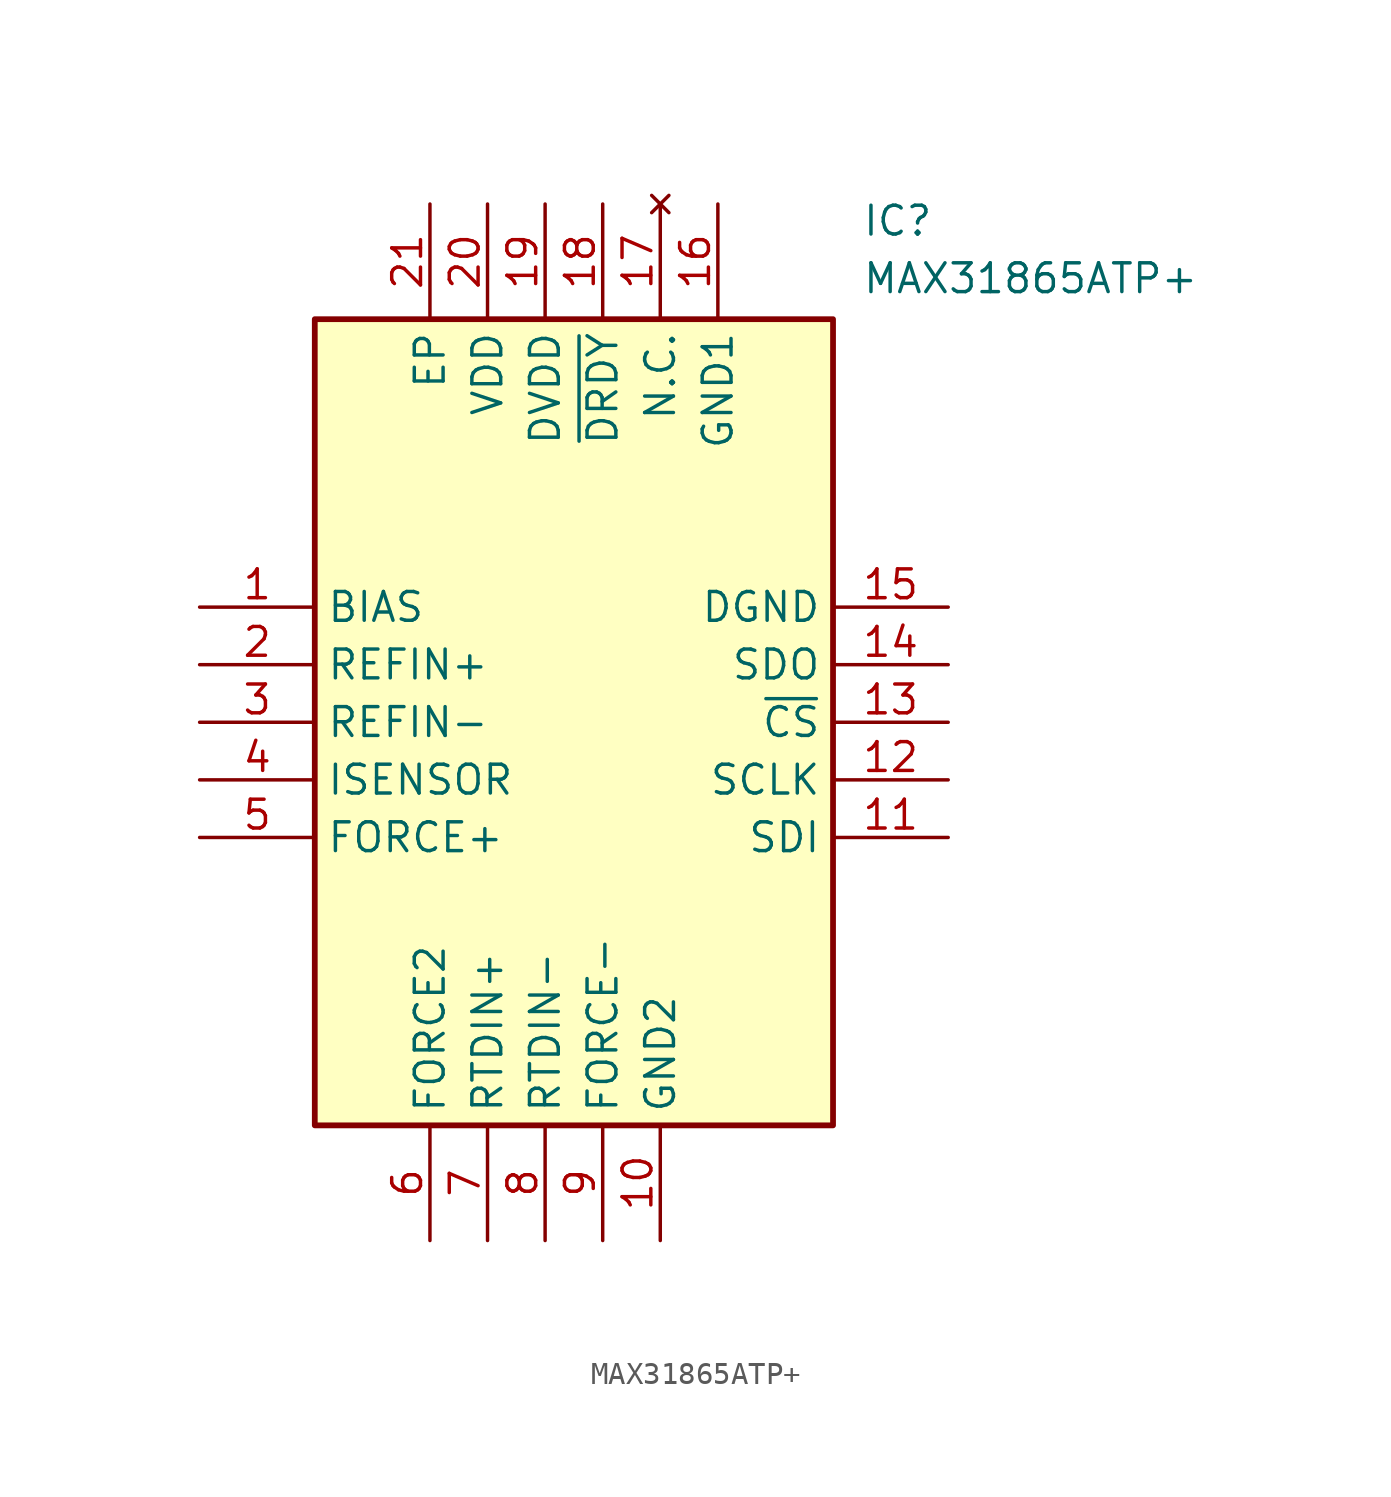
<source format=kicad_sym>
(kicad_symbol_lib
  (version 20211014)
  (generator SamacSys_ECAD_Model)
  (symbol "MAX31865ATP+"
    (property "Reference" "IC"
      (at 29.21 17.78 0)
      (effects (font (size 1.27 1.27)) (justify left top)))
    (property "Value" "MAX31865ATP+"
      (at 29.21 15.24 0)
      (effects (font (size 1.27 1.27)) (justify left top)))
    (rectangle
      (start 5.08 12.7)
      (end 27.94 -22.86)
      (stroke (width 0.254) (type default))
      (fill (type background)))
    (pin passive line
      (at 0 0 0)
      (length 5.08)
      (name "BIAS" (effects (font (size 1.27 1.27))))
      (number "1" (effects (font (size 1.27 1.27)))))
    (pin passive line
      (at 0 -2.54 0)
      (length 5.08)
      (name "REFIN+" (effects (font (size 1.27 1.27))))
      (number "2" (effects (font (size 1.27 1.27)))))
    (pin passive line
      (at 0 -5.08 0)
      (length 5.08)
      (name "REFIN-" (effects (font (size 1.27 1.27))))
      (number "3" (effects (font (size 1.27 1.27)))))
    (pin passive line
      (at 0 -7.62 0)
      (length 5.08)
      (name "ISENSOR" (effects (font (size 1.27 1.27))))
      (number "4" (effects (font (size 1.27 1.27)))))
    (pin passive line
      (at 0 -10.16 0)
      (length 5.08)
      (name "FORCE+" (effects (font (size 1.27 1.27))))
      (number "5" (effects (font (size 1.27 1.27)))))
    (pin passive line
      (at 10.16 -27.94 90)
      (length 5.08)
      (name "FORCE2" (effects (font (size 1.27 1.27))))
      (number "6" (effects (font (size 1.27 1.27)))))
    (pin passive line
      (at 12.7 -27.94 90)
      (length 5.08)
      (name "RTDIN+" (effects (font (size 1.27 1.27))))
      (number "7" (effects (font (size 1.27 1.27)))))
    (pin passive line
      (at 15.24 -27.94 90)
      (length 5.08)
      (name "RTDIN-" (effects (font (size 1.27 1.27))))
      (number "8" (effects (font (size 1.27 1.27)))))
    (pin passive line
      (at 17.78 -27.94 90)
      (length 5.08)
      (name "FORCE-" (effects (font (size 1.27 1.27))))
      (number "9" (effects (font (size 1.27 1.27)))))
    (pin passive line
      (at 20.32 -27.94 90)
      (length 5.08)
      (name "GND2" (effects (font (size 1.27 1.27))))
      (number "10" (effects (font (size 1.27 1.27)))))
    (pin passive line
      (at 33.02 0 180)
      (length 5.08)
      (name "DGND" (effects (font (size 1.27 1.27))))
      (number "15" (effects (font (size 1.27 1.27)))))
    (pin passive line
      (at 33.02 -2.54 180)
      (length 5.08)
      (name "SDO" (effects (font (size 1.27 1.27))))
      (number "14" (effects (font (size 1.27 1.27)))))
    (pin passive line
      (at 33.02 -5.08 180)
      (length 5.08)
      (name "~{CS}" (effects (font (size 1.27 1.27))))
      (number "13" (effects (font (size 1.27 1.27)))))
    (pin passive line
      (at 33.02 -7.62 180)
      (length 5.08)
      (name "SCLK" (effects (font (size 1.27 1.27))))
      (number "12" (effects (font (size 1.27 1.27)))))
    (pin passive line
      (at 33.02 -10.16 180)
      (length 5.08)
      (name "SDI" (effects (font (size 1.27 1.27))))
      (number "11" (effects (font (size 1.27 1.27)))))
    (pin passive line
      (at 10.16 17.78 270)
      (length 5.08)
      (name "EP" (effects (font (size 1.27 1.27))))
      (number "21" (effects (font (size 1.27 1.27)))))
    (pin passive line
      (at 12.7 17.78 270)
      (length 5.08)
      (name "VDD" (effects (font (size 1.27 1.27))))
      (number "20" (effects (font (size 1.27 1.27)))))
    (pin passive line
      (at 15.24 17.78 270)
      (length 5.08)
      (name "DVDD" (effects (font (size 1.27 1.27))))
      (number "19" (effects (font (size 1.27 1.27)))))
    (pin passive line
      (at 17.78 17.78 270)
      (length 5.08)
      (name "~{DRDY}" (effects (font (size 1.27 1.27))))
      (number "18" (effects (font (size 1.27 1.27)))))
    (pin no_connect line
      (at 20.32 17.78 270)
      (length 5.08)
      (name "N.C." (effects (font (size 1.27 1.27))))
      (number "17" (effects (font (size 1.27 1.27)))))
    (pin passive line
      (at 22.86 17.78 270)
      (length 5.08)
      (name "GND1" (effects (font (size 1.27 1.27))))
      (number "16" (effects (font (size 1.27 1.27)))))))
</source>
